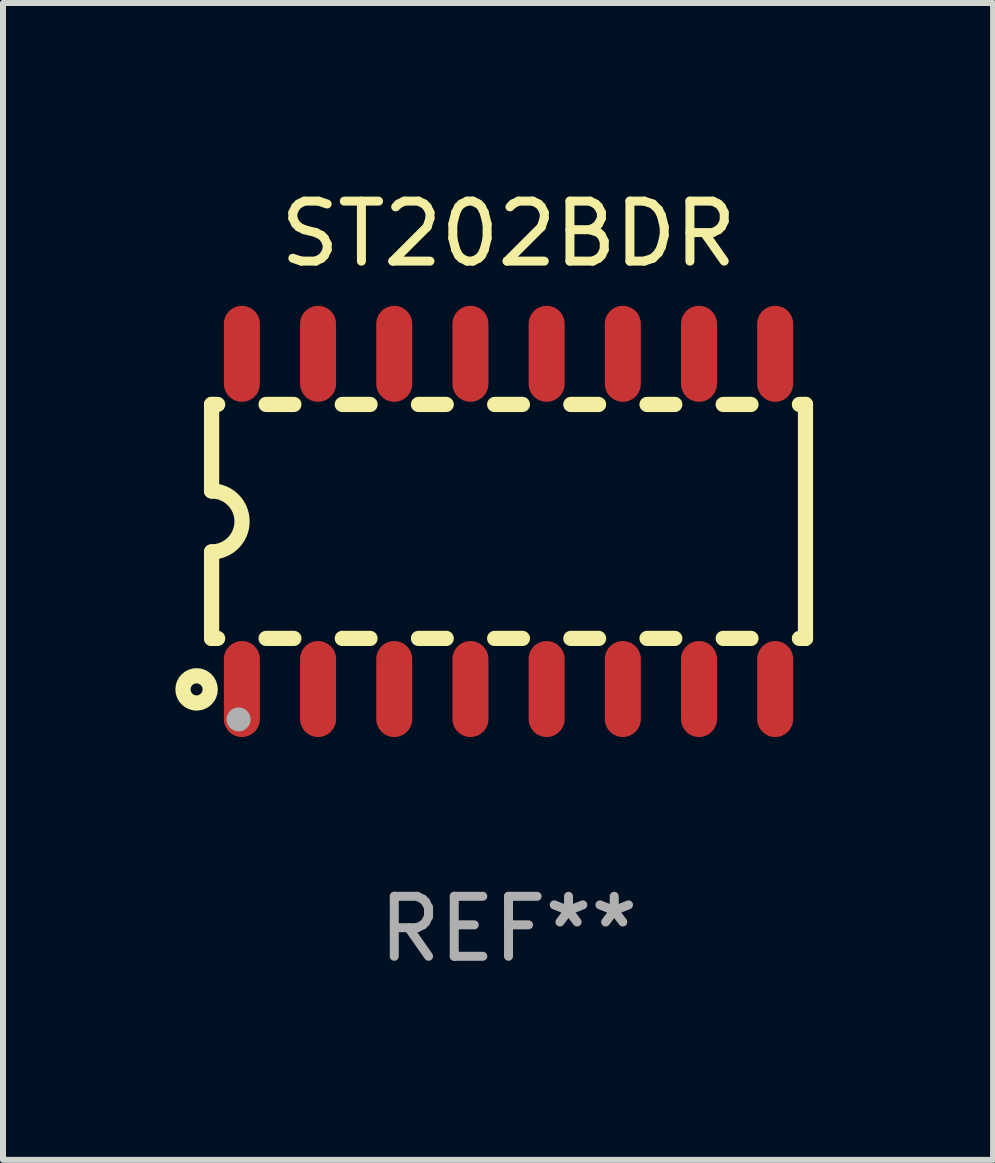
<source format=kicad_pcb>
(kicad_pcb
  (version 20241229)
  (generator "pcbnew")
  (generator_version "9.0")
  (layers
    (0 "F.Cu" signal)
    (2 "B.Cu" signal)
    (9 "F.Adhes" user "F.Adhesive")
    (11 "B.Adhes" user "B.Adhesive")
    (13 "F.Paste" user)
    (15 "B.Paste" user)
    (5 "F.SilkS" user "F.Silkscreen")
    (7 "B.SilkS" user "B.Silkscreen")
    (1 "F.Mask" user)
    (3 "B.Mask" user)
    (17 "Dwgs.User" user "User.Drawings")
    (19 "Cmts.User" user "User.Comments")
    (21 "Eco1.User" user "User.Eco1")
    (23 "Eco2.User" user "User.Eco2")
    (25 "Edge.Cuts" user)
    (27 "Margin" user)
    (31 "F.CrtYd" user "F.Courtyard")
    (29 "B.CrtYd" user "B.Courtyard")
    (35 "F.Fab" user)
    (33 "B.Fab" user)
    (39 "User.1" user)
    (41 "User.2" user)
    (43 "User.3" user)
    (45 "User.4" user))
  (footprint "ST202BDR"
    (layer "F.Cu")
    (at 5.427 5.642)
    (property "Reference" "ST202BDR" (at 0 -4.794 0) (layer "F.SilkS") (effects (font (size 1 1) (thickness 0.15))))
    (attr through_hole)
    (fp_line (start -4.95 -1.95) (end -4.95 -0.508) (stroke (width 0.254) (type solid)) (layer "F.SilkS"))
    (fp_line (start -4.95 -1.95) (end -4.849 -1.95) (stroke (width 0.254) (type solid)) (layer "F.SilkS"))
    (fp_line (start -4.95 1.95) (end -4.95 0.508) (stroke (width 0.254) (type solid)) (layer "F.SilkS"))
    (fp_line (start -4.95 1.95) (end -4.849 1.95) (stroke (width 0.254) (type solid)) (layer "F.SilkS"))
    (fp_line (start -4.041 -1.95) (end -3.579 -1.95) (stroke (width 0.254) (type solid)) (layer "F.SilkS"))
    (fp_line (start -4.041 1.95) (end -3.579 1.95) (stroke (width 0.254) (type solid)) (layer "F.SilkS"))
    (fp_line (start -2.771 -1.95) (end -2.309 -1.95) (stroke (width 0.254) (type solid)) (layer "F.SilkS"))
    (fp_line (start -2.771 1.95) (end -2.309 1.95) (stroke (width 0.254) (type solid)) (layer "F.SilkS"))
    (fp_line (start -1.501 -1.95) (end -1.039 -1.95) (stroke (width 0.254) (type solid)) (layer "F.SilkS"))
    (fp_line (start -1.501 1.95) (end -1.039 1.95) (stroke (width 0.254) (type solid)) (layer "F.SilkS"))
    (fp_line (start -0.231 -1.95) (end 0.231 -1.95) (stroke (width 0.254) (type solid)) (layer "F.SilkS"))
    (fp_line (start -0.231 1.95) (end 0.231 1.95) (stroke (width 0.254) (type solid)) (layer "F.SilkS"))
    (fp_line (start 1.039 -1.95) (end 1.501 -1.95) (stroke (width 0.254) (type solid)) (layer "F.SilkS"))
    (fp_line (start 1.039 1.95) (end 1.501 1.95) (stroke (width 0.254) (type solid)) (layer "F.SilkS"))
    (fp_line (start 2.309 -1.95) (end 2.771 -1.95) (stroke (width 0.254) (type solid)) (layer "F.SilkS"))
    (fp_line (start 2.309 1.95) (end 2.771 1.95) (stroke (width 0.254) (type solid)) (layer "F.SilkS"))
    (fp_line (start 3.579 -1.95) (end 4.041 -1.95) (stroke (width 0.254) (type solid)) (layer "F.SilkS"))
    (fp_line (start 3.579 1.95) (end 4.041 1.95) (stroke (width 0.254) (type solid)) (layer "F.SilkS"))
    (fp_line (start 4.849 -1.95) (end 4.95 -1.95) (stroke (width 0.254) (type solid)) (layer "F.SilkS"))
    (fp_line (start 4.849 1.95) (end 4.95 1.95) (stroke (width 0.254) (type solid)) (layer "F.SilkS"))
    (fp_line (start 4.95 -1.95) (end 4.95 1.95) (stroke (width 0.254) (type solid)) (layer "F.SilkS"))
    (fp_arc (start -4.95047 -0.508001) (mid -4.442469 -0.000228) (end -4.950013 0.508001) (stroke (width 0.254001) (type solid)) (layer "F.SilkS"))
    (fp_circle (center -5.2 2.8) (end -5.1 2.8) (stroke (width 0.254) (type solid)) (fill no) (layer "F.SilkS"))
    (fp_circle (center -4.95 2.947) (end -4.92 2.947) (stroke (width 0.06) (type solid)) (fill no) (layer "F.SilkS"))
    (fp_circle (center -4.5 3.3) (end -4.4 3.3) (stroke (width 0.2) (type solid)) (fill no) (layer "F.Fab"))
    (fp_text user "REF**" (at 0 6.794 0) (layer "F.Fab") (effects (font (size 1 1) (thickness 0.15))))
    (pad "1" smd oval (at -4.445 2.794) (size 0.6 1.6) (layers "F.Cu" "F.Mask" "F.Paste"))
    (pad "2" smd oval (at -3.175 2.794) (size 0.6 1.6) (layers "F.Cu" "F.Mask" "F.Paste"))
    (pad "3" smd oval (at -1.905 2.794) (size 0.6 1.6) (layers "F.Cu" "F.Mask" "F.Paste"))
    (pad "4" smd oval (at -0.635 2.794) (size 0.6 1.6) (layers "F.Cu" "F.Mask" "F.Paste"))
    (pad "5" smd oval (at 0.635 2.794) (size 0.6 1.6) (layers "F.Cu" "F.Mask" "F.Paste"))
    (pad "6" smd oval (at 1.905 2.794) (size 0.6 1.6) (layers "F.Cu" "F.Mask" "F.Paste"))
    (pad "7" smd oval (at 3.175 2.794) (size 0.6 1.6) (layers "F.Cu" "F.Mask" "F.Paste"))
    (pad "8" smd oval (at 4.445 2.794) (size 0.6 1.6) (layers "F.Cu" "F.Mask" "F.Paste"))
    (pad "9" smd oval (at 4.445 -2.794) (size 0.6 1.6) (layers "F.Cu" "F.Mask" "F.Paste"))
    (pad "10" smd oval (at 3.175 -2.794) (size 0.6 1.6) (layers "F.Cu" "F.Mask" "F.Paste"))
    (pad "11" smd oval (at 1.905 -2.794) (size 0.6 1.6) (layers "F.Cu" "F.Mask" "F.Paste"))
    (pad "12" smd oval (at 0.635 -2.794) (size 0.6 1.6) (layers "F.Cu" "F.Mask" "F.Paste"))
    (pad "13" smd oval (at -0.635 -2.794) (size 0.6 1.6) (layers "F.Cu" "F.Mask" "F.Paste"))
    (pad "14" smd oval (at -1.905 -2.794) (size 0.6 1.6) (layers "F.Cu" "F.Mask" "F.Paste"))
    (pad "15" smd oval (at -3.175 -2.794) (size 0.6 1.6) (layers "F.Cu" "F.Mask" "F.Paste"))
    (pad "16" smd oval (at -4.445 -2.794) (size 0.6 1.6) (layers "F.Cu" "F.Mask" "F.Paste")))
  (gr_rect
    (start -3 -3)
    (end 13.504 16.285)
    (stroke (width 0.1) (type default))
    (fill no)
    (layer "Edge.Cuts")))
</source>
